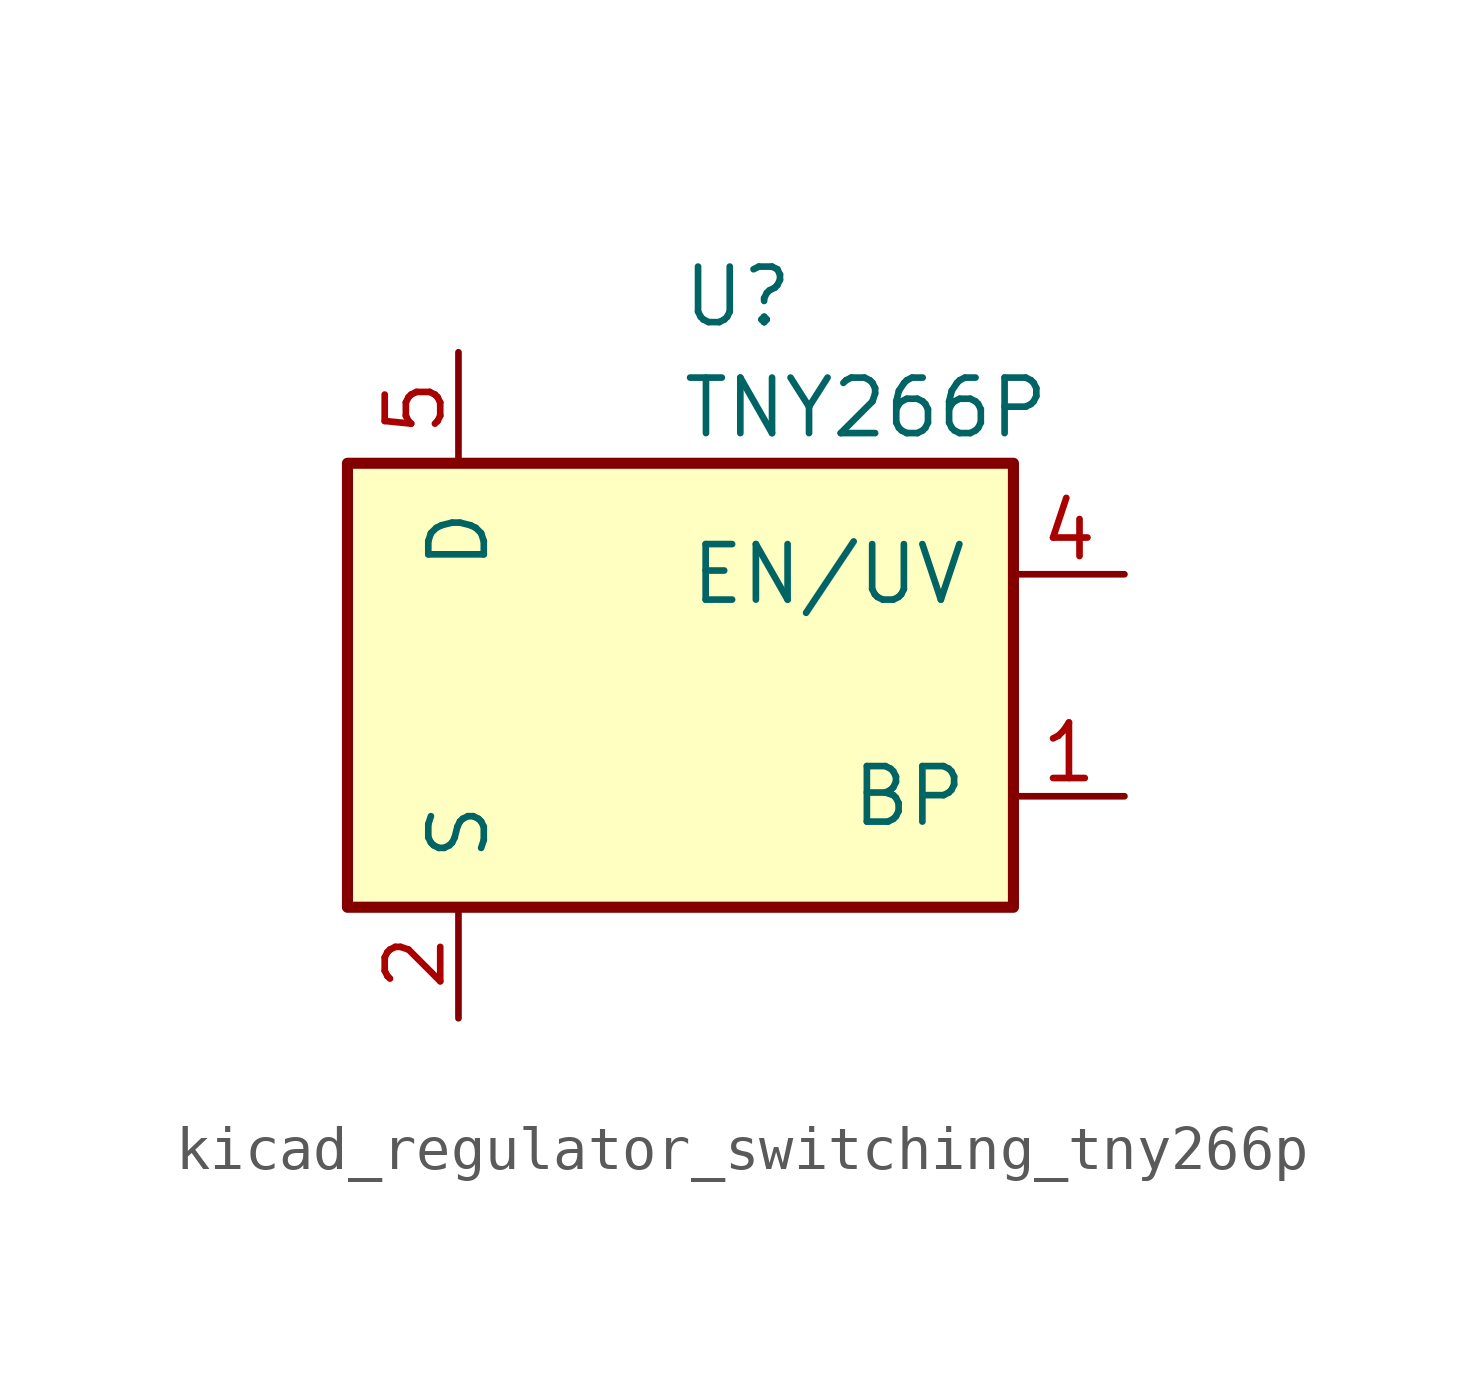
<source format=kicad_sym>
(kicad_symbol_lib
  (version 20220914)
  (generator kicad_symbol_editor)
  (symbol "kicad_regulator_switching_tny266p"
    (pin_names
      (offset 1.016))
    (property "Reference" "U"
      (at 0 8.89 0)
      (effects (font (size 1.27 1.27)) (justify left)))
    (property "Value" "TNY266P"
      (at 0 6.35 0)
      (effects (font (size 1.27 1.27)) (justify left)))
    (symbol "kicad_regulator_switching_tny266p_0_1"
      (rectangle (start -7.62 5.08) (end 7.62 -5.08) (stroke (width 0.254) (type default)) (fill (type background))))
    (symbol "kicad_regulator_switching_tny266p_1_1"
      (pin input line (at 10.16 -2.54 180) (length 2.54) (name "BP" (effects (font (size 1.27 1.27)))) (number "1" (effects (font (size 1.27 1.27)))))
      (pin power_in line (at -5.08 -7.62 90) (length 2.54) (name "S" (effects (font (size 1.27 1.27)))) (number "2" (effects (font (size 1.27 1.27)))))
      (pin passive line (at -5.08 -7.62 90) (length 2.54) hide (name "S" (effects (font (size 1.27 1.27)))) (number "3" (effects (font (size 1.27 1.27)))))
      (pin input line (at 10.16 2.54 180) (length 2.54) (name "EN/UV" (effects (font (size 1.27 1.27)))) (number "4" (effects (font (size 1.27 1.27)))))
      (pin open_collector line (at -5.08 7.62 270) (length 2.54) (name "D" (effects (font (size 1.27 1.27)))) (number "5" (effects (font (size 1.27 1.27)))))
      (pin passive line (at -5.08 -7.62 90) (length 2.54) hide (name "S" (effects (font (size 1.27 1.27)))) (number "7" (effects (font (size 1.27 1.27)))))
      (pin passive line (at -5.08 -7.62 90) (length 2.54) hide (name "S" (effects (font (size 1.27 1.27)))) (number "8" (effects (font (size 1.27 1.27))))))))
</source>
